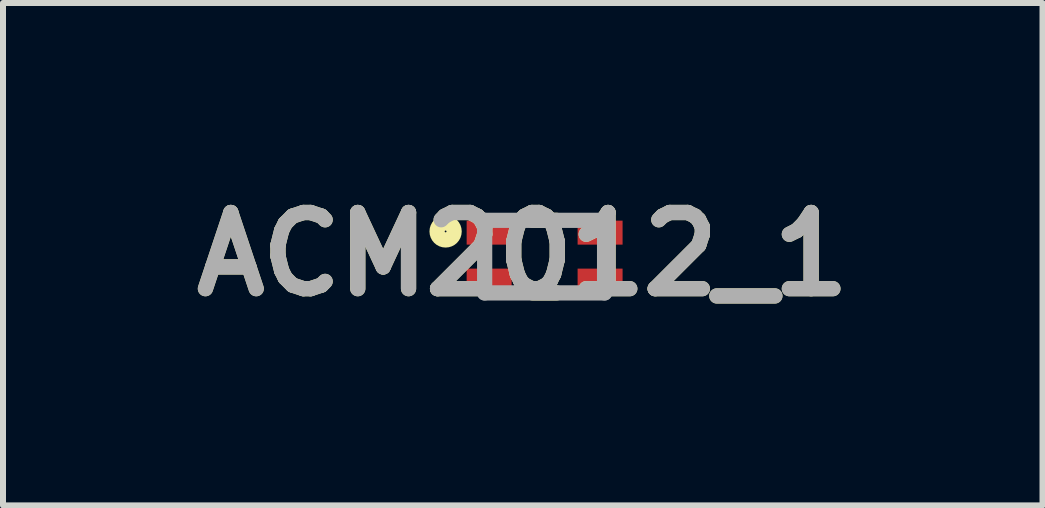
<source format=kicad_pcb>
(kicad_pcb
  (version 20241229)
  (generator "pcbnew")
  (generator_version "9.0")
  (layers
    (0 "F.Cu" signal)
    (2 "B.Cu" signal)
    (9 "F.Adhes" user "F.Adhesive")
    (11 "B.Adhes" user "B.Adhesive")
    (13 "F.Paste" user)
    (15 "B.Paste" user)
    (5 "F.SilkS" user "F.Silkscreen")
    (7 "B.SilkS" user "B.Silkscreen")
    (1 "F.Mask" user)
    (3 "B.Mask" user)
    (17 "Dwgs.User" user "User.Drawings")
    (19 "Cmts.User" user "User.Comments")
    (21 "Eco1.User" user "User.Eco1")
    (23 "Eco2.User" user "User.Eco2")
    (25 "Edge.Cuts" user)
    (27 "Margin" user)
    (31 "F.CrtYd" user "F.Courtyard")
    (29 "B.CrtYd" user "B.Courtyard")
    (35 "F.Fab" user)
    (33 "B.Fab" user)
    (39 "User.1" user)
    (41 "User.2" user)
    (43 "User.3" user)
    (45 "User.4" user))
  (footprint "ACM2012_1"
    (layer "F.Cu")
    (at 6.031 1.229)
    (property "Reference" "ACM2012_1" (at -0.364 -0.04 0) (layer "F.SilkS") (effects (font (size 1.27 1.27) (thickness 0.254))))
    (attr smd)
    (fp_line (start -0.2 -0.605) (end 0.2 -0.605) (stroke (width 0.254) (type solid)) (layer "F.SilkS"))
    (fp_line (start -0.2 0.605) (end 0.2 0.605) (stroke (width 0.254) (type solid)) (layer "F.SilkS"))
    (fp_circle (center -1.651 -0.42) (end -1.651 -0.405) (stroke (width 0.254) (type solid)) (fill no) (layer "F.SilkS"))
    (fp_line (start -1 -0.605) (end 1 -0.605) (stroke (width 0.254) (type solid)) (layer "F.Fab"))
    (fp_line (start -1 0.605) (end -1 -0.605) (stroke (width 0.254) (type solid)) (layer "F.Fab"))
    (fp_line (start 1 -0.605) (end 1 0.605) (stroke (width 0.254) (type solid)) (layer "F.Fab"))
    (fp_line (start 1 0.605) (end -1 0.605) (stroke (width 0.254) (type solid)) (layer "F.Fab"))
    (fp_text user "${REFERENCE}" (at -0.364 -0.04 0) (layer "F.Fab") (effects (font (size 1.27 1.27) (thickness 0.254))))
    (pad "1" smd rect (at -0.925 -0.4 90) (size 0.4 0.75) (layers "F.Cu" "F.Mask" "F.Paste"))
    (pad "2" smd rect (at -0.925 0.4 90) (size 0.4 0.75) (layers "F.Cu" "F.Mask" "F.Paste"))
    (pad "3" smd rect (at 0.925 0.4 90) (size 0.4 0.75) (layers "F.Cu" "F.Mask" "F.Paste"))
    (pad "4" smd rect (at 0.925 -0.4 90) (size 0.4 0.75) (layers "F.Cu" "F.Mask" "F.Paste")))
  (gr_rect
    (start -3 -3)
    (end 14.333 5.377)
    (stroke (width 0.1) (type default))
    (fill no)
    (layer "Edge.Cuts")))
</source>
